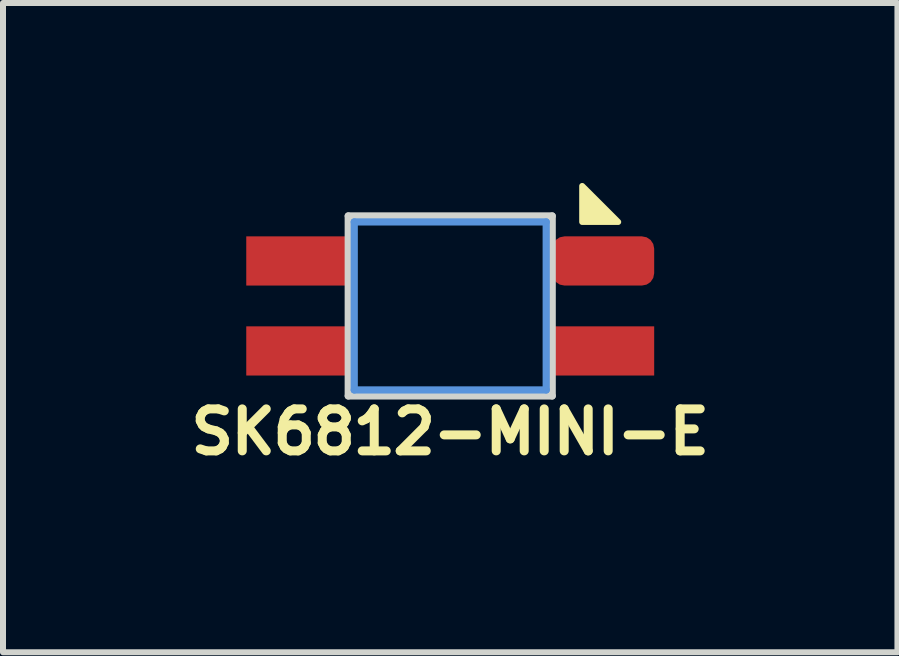
<source format=kicad_pcb>
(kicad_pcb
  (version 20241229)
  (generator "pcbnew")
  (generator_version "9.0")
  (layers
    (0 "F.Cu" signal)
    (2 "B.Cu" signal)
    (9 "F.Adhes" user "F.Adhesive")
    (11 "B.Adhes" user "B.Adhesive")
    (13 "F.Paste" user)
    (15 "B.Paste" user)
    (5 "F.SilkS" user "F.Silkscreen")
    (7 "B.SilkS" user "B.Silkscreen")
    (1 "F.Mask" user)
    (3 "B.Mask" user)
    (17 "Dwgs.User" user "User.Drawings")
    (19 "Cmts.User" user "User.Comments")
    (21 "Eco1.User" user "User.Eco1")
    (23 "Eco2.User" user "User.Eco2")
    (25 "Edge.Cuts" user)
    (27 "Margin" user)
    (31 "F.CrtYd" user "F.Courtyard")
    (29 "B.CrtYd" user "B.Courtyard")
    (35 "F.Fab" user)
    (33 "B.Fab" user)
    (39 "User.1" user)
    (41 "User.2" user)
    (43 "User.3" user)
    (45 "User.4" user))
  (footprint "SK6812-MINI-E"
    (layer "F.Cu")
    (at 4.455 2.05)
    (property "Reference" "SK6812-MINI-E" (at 0 2.1 0) (unlocked yes) (layer "F.SilkS") (effects (font (size 0.7 0.7) (thickness 0.15))))
    (fp_poly (pts (xy 2.8 -1.4) (xy 2.2 -1.4) (xy 2.2 -2)) (stroke (width 0.1) (type solid)) (fill yes) (layer "F.SilkS"))
    (fp_line (start -1.6 -1.4) (end 1.6 -1.4) (stroke (width 0.12) (type solid)) (layer "Cmts.User"))
    (fp_line (start -1.6 1.4) (end -1.6 -1.4) (stroke (width 0.12) (type solid)) (layer "Cmts.User"))
    (fp_line (start 1.6 -1.4) (end 1.6 1.4) (stroke (width 0.12) (type solid)) (layer "Cmts.User"))
    (fp_line (start 1.6 1.4) (end -1.6 1.4) (stroke (width 0.12) (type solid)) (layer "Cmts.User"))
    (fp_line (start -1.7 -1.5) (end 1.7 -1.5) (stroke (width 0.12) (type solid)) (layer "Edge.Cuts"))
    (fp_line (start -1.7 1.5) (end -1.7 -1.5) (stroke (width 0.12) (type solid)) (layer "Edge.Cuts"))
    (fp_line (start 1.7 -1.5) (end 1.7 1.5) (stroke (width 0.12) (type solid)) (layer "Edge.Cuts"))
    (fp_line (start 1.7 1.5) (end -1.7 1.5) (stroke (width 0.12) (type solid)) (layer "Edge.Cuts"))
    (pad "1" smd rect (at -2.55 0.75) (size 1.7 0.82) (layers "F.Cu" "F.Mask" "F.Paste"))
    (pad "2" smd rect (at -2.55 -0.75) (size 1.7 0.82) (layers "F.Cu" "F.Mask" "F.Paste"))
    (pad "3" smd roundrect (at 2.55 -0.75) (size 1.7 0.82) (layers "F.Cu" "F.Mask" "F.Paste") (roundrect_rratio 0.25))
    (pad "4" smd rect (at 2.55 0.75) (size 1.7 0.82) (layers "F.Cu" "F.Mask" "F.Paste")))
  (gr_rect
    (start -3 -3)
    (end 11.91 7.823)
    (stroke (width 0.1) (type default))
    (fill no)
    (layer "Edge.Cuts")))
</source>
